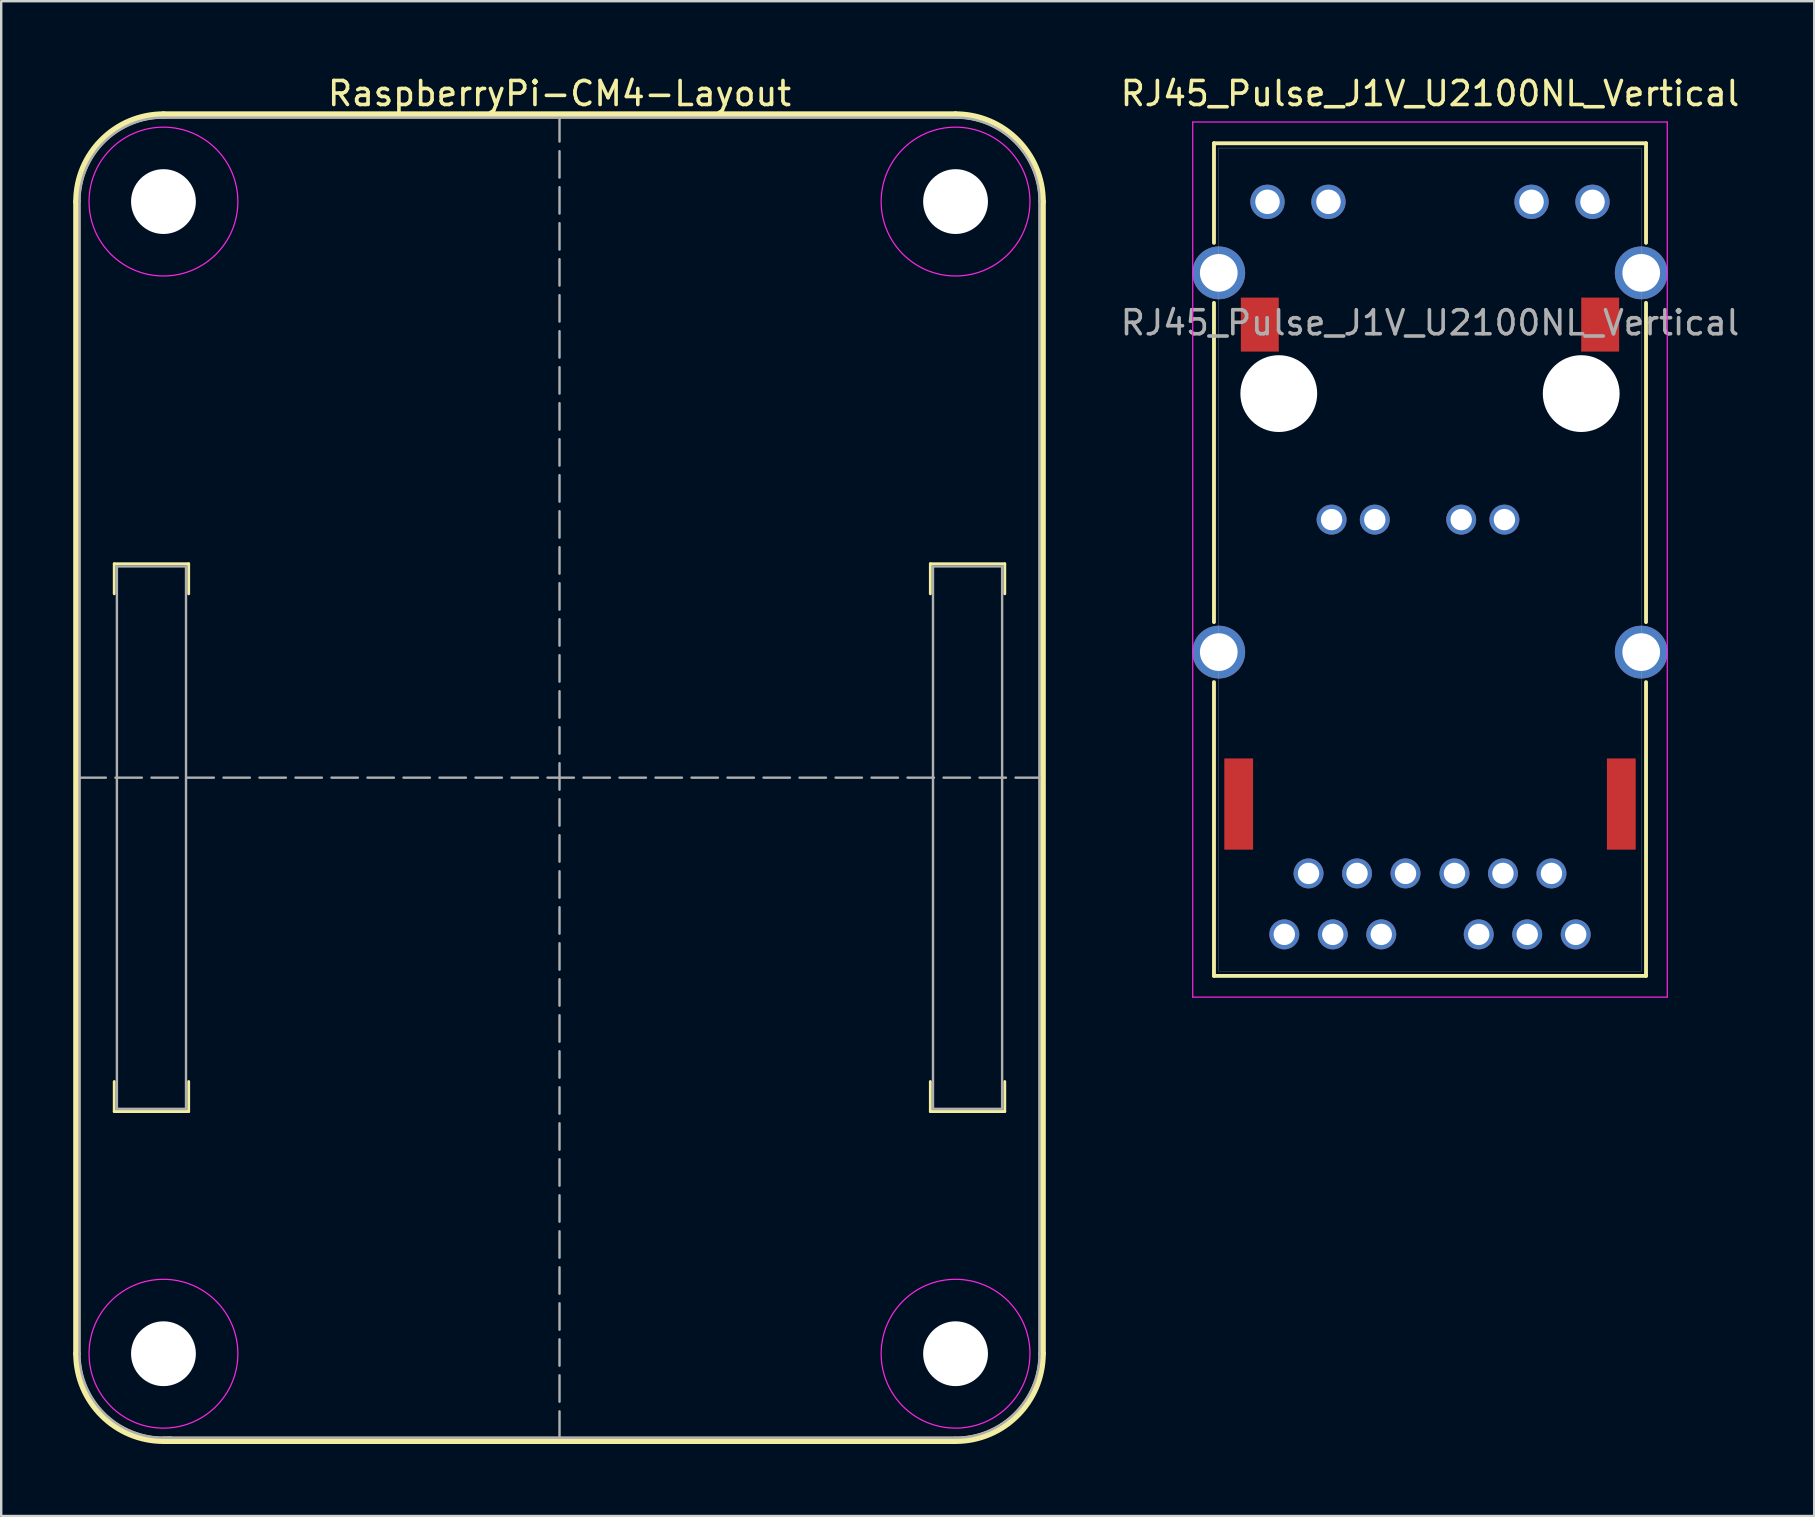
<source format=kicad_pcb>
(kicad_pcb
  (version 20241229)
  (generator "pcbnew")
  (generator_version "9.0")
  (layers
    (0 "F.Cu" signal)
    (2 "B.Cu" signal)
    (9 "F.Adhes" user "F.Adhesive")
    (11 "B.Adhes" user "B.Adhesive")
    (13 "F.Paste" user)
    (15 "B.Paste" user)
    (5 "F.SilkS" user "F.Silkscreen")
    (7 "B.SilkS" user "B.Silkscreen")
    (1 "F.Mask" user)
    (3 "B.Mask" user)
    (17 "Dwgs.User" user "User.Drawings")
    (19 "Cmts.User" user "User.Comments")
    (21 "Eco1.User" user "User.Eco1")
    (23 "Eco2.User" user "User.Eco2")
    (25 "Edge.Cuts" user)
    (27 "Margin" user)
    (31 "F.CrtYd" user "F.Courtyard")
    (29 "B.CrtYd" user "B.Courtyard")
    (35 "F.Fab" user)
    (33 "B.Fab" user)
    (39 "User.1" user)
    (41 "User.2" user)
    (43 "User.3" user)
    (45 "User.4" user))
  (footprint "RJ45_Pulse_J1V_U2100NL_Vertical"
    (layer "F.Cu")
    (at 56.526 13.348)
    (property "Reference" "RJ45_Pulse_J1V_U2100NL_Vertical" (at 0 -12.5 0) (layer "F.SilkS") (effects (font (size 1 1) (thickness 0.15))))
    (attr through_hole)
    (fp_line (start -9 -10.43) (end 9 -10.43) (stroke (width 0.16) (type solid)) (layer "F.SilkS"))
    (fp_line (start -9 -6.28) (end -9 -10.43) (stroke (width 0.16) (type solid)) (layer "F.SilkS"))
    (fp_line (start -9 -3.78) (end -9 9.52) (stroke (width 0.16) (type solid)) (layer "F.SilkS"))
    (fp_line (start -9 12.02) (end -9 24.26) (stroke (width 0.16) (type solid)) (layer "F.SilkS"))
    (fp_line (start -9 24.26) (end 9 24.26) (stroke (width 0.16) (type solid)) (layer "F.SilkS"))
    (fp_line (start 9 -10.43) (end 9 -6.28) (stroke (width 0.16) (type solid)) (layer "F.SilkS"))
    (fp_line (start 9 -3.78) (end 9 9.52) (stroke (width 0.16) (type solid)) (layer "F.SilkS"))
    (fp_line (start 9 24.26) (end 9 12.02) (stroke (width 0.16) (type solid)) (layer "F.SilkS"))
    (fp_line (start -9.885 -11.315) (end -9.885 25.145) (stroke (width 0.05) (type solid)) (layer "F.CrtYd"))
    (fp_line (start -9.885 25.145) (end 9.885 25.145) (stroke (width 0.05) (type solid)) (layer "F.CrtYd"))
    (fp_line (start 9.885 -11.315) (end -9.885 -11.315) (stroke (width 0.05) (type solid)) (layer "F.CrtYd"))
    (fp_line (start 9.885 25.145) (end 9.885 -11.315) (stroke (width 0.05) (type solid)) (layer "F.CrtYd"))
    (fp_line (start -8.8 -10.23) (end -8.8 24.06) (stroke (width 0.01) (type solid)) (layer "F.Fab"))
    (fp_line (start -8.8 24.06) (end 8.8 24.06) (stroke (width 0.01) (type solid)) (layer "F.Fab"))
    (fp_line (start 8.8 -10.23) (end -8.8 -10.23) (stroke (width 0.01) (type solid)) (layer "F.Fab"))
    (fp_line (start 8.8 24.06) (end 8.8 -10.23) (stroke (width 0.01) (type solid)) (layer "F.Fab"))
    (fp_text user "${REFERENCE}" (at 0 -2.95 0) (layer "F.Fab") (effects (font (size 1 1) (thickness 0.15))))
    (pad "" np_thru_hole circle (at -6.3 0) (size 3.2 3.2) (drill 3.2) (layers "*.Cu" "*.Mask"))
    (pad "" np_thru_hole circle (at 6.3 0) (size 3.2 3.2) (drill 3.2) (layers "*.Cu" "*.Mask"))
    (pad "1" thru_hole circle (at 5.06 19.99) (size 1.246 1.246) (drill 0.89) (layers "*.Cu" "*.Mask"))
    (pad "2" thru_hole circle (at 3.04 19.99) (size 1.246 1.246) (drill 0.89) (layers "*.Cu" "*.Mask"))
    (pad "3" thru_hole circle (at 1.02 19.99) (size 1.246 1.246) (drill 0.89) (layers "*.Cu" "*.Mask"))
    (pad "4" thru_hole circle (at -1.02 19.99) (size 1.246 1.246) (drill 0.89) (layers "*.Cu" "*.Mask"))
    (pad "5" thru_hole circle (at -3.04 19.99) (size 1.246 1.246) (drill 0.89) (layers "*.Cu" "*.Mask"))
    (pad "6" thru_hole circle (at -5.06 19.99) (size 1.246 1.246) (drill 0.89) (layers "*.Cu" "*.Mask"))
    (pad "7" thru_hole circle (at 6.07 22.53) (size 1.246 1.246) (drill 0.89) (layers "*.Cu" "*.Mask"))
    (pad "8" thru_hole circle (at 4.05 22.53) (size 1.246 1.246) (drill 0.89) (layers "*.Cu" "*.Mask"))
    (pad "9" thru_hole circle (at 2.03 22.53) (size 1.246 1.246) (drill 0.89) (layers "*.Cu" "*.Mask"))
    (pad "10" thru_hole circle (at -2.03 22.53) (size 1.246 1.246) (drill 0.89) (layers "*.Cu" "*.Mask"))
    (pad "11" thru_hole circle (at -4.05 22.53) (size 1.246 1.246) (drill 0.89) (layers "*.Cu" "*.Mask"))
    (pad "12" thru_hole circle (at -6.07 22.53) (size 1.246 1.246) (drill 0.89) (layers "*.Cu" "*.Mask"))
    (pad "13" thru_hole circle (at 6.77 -7.99) (size 1.428 1.428) (drill 1.02) (layers "*.Cu" "*.Mask"))
    (pad "14" thru_hole circle (at 4.23 -7.99) (size 1.428 1.428) (drill 1.02) (layers "*.Cu" "*.Mask"))
    (pad "15" thru_hole circle (at -4.23 -7.99) (size 1.428 1.428) (drill 1.02) (layers "*.Cu" "*.Mask"))
    (pad "16" thru_hole circle (at -6.77 -7.99) (size 1.428 1.428) (drill 1.02) (layers "*.Cu" "*.Mask"))
    (pad "17" thru_hole circle (at 3.1 5.25) (size 1.246 1.246) (drill 0.89) (layers "*.Cu" "*.Mask"))
    (pad "18" thru_hole circle (at 1.3 5.25) (size 1.246 1.246) (drill 0.89) (layers "*.Cu" "*.Mask"))
    (pad "19" thru_hole circle (at -2.3 5.25) (size 1.246 1.246) (drill 0.89) (layers "*.Cu" "*.Mask"))
    (pad "20" thru_hole circle (at -4.1 5.25) (size 1.246 1.246) (drill 0.89) (layers "*.Cu" "*.Mask"))
    (pad "SH" thru_hole circle (at -8.8 -5.03) (size 2.198 2.198) (drill 1.57) (layers "*.Cu" "*.Mask"))
    (pad "SH" thru_hole circle (at -8.8 10.77) (size 2.198 2.198) (drill 1.57) (layers "*.Cu" "*.Mask"))
    (pad "SH" smd rect (at -7.97 17.1) (size 1.2 3.8) (layers "F.Cu" "F.Mask" "F.Paste"))
    (pad "SH" smd rect (at -7.09 -2.875) (size 1.58 2.25) (layers "F.Cu" "F.Mask" "F.Paste"))
    (pad "SH" smd rect (at 7.09 -2.875) (size 1.58 2.25) (layers "F.Cu" "F.Mask" "F.Paste"))
    (pad "SH" smd rect (at 7.97 17.1) (size 1.2 3.8) (layers "F.Cu" "F.Mask" "F.Paste"))
    (pad "SH" thru_hole circle (at 8.8 -5.03) (size 2.198 2.198) (drill 1.57) (layers "*.Cu" "*.Mask"))
    (pad "SH" thru_hole circle (at 8.8 10.77) (size 2.198 2.198) (drill 1.57) (layers "*.Cu" "*.Mask")))
  (footprint "RaspberryPi-CM4-Layout"
    (layer "F.Cu")
    (at 20.26 29.348)
    (property "Reference" "RaspberryPi-CM4-Layout" (at 0 -28.5 0) (layer "F.SilkS") (effects (font (size 1 1) (thickness 0.15))))
    (attr smd exclude_from_pos_files exclude_from_bom)
    (fp_line (start -20.11 -24) (end -20.11 24) (stroke (width 0.3) (type solid)) (layer "F.SilkS"))
    (fp_line (start -18.55 -8.91) (end -18.55 -7.66) (stroke (width 0.12) (type solid)) (layer "F.SilkS"))
    (fp_line (start -18.55 -8.91) (end -15.45 -8.91) (stroke (width 0.12) (type solid)) (layer "F.SilkS"))
    (fp_line (start -18.55 12.66) (end -18.55 13.91) (stroke (width 0.12) (type solid)) (layer "F.SilkS"))
    (fp_line (start -18.55 13.91) (end -15.45 13.91) (stroke (width 0.12) (type solid)) (layer "F.SilkS"))
    (fp_line (start -16.5 -27.61) (end 16.5 -27.61) (stroke (width 0.3) (type solid)) (layer "F.SilkS"))
    (fp_line (start -16.5 27.61) (end 16.5 27.61) (stroke (width 0.3) (type solid)) (layer "F.SilkS"))
    (fp_line (start -15.45 -8.91) (end -15.45 -7.66) (stroke (width 0.12) (type solid)) (layer "F.SilkS"))
    (fp_line (start -15.45 12.66) (end -15.45 13.91) (stroke (width 0.12) (type solid)) (layer "F.SilkS"))
    (fp_line (start 15.45 -8.91) (end 15.45 -7.66) (stroke (width 0.12) (type solid)) (layer "F.SilkS"))
    (fp_line (start 15.45 -8.91) (end 18.55 -8.91) (stroke (width 0.12) (type solid)) (layer "F.SilkS"))
    (fp_line (start 15.45 12.66) (end 15.45 13.91) (stroke (width 0.12) (type solid)) (layer "F.SilkS"))
    (fp_line (start 15.45 13.91) (end 18.55 13.91) (stroke (width 0.12) (type solid)) (layer "F.SilkS"))
    (fp_line (start 18.55 -8.91) (end 18.55 -7.66) (stroke (width 0.12) (type solid)) (layer "F.SilkS"))
    (fp_line (start 18.55 12.66) (end 18.55 13.91) (stroke (width 0.12) (type solid)) (layer "F.SilkS"))
    (fp_line (start 20.11 -24) (end 20.11 24) (stroke (width 0.3) (type solid)) (layer "F.SilkS"))
    (fp_arc (start -20.11 -24) (mid -19.052655 -26.552655) (end -16.5 -27.61) (stroke (width 0.3) (type solid)) (layer "F.SilkS"))
    (fp_arc (start -16.5 27.61) (mid -19.052655 26.552655) (end -20.11 24) (stroke (width 0.3) (type solid)) (layer "F.SilkS"))
    (fp_arc (start 16.5 -27.61) (mid 19.052655 -26.552655) (end 20.11 -24) (stroke (width 0.3) (type solid)) (layer "F.SilkS"))
    (fp_arc (start 20.11 24) (mid 19.052655 26.552655) (end 16.5 27.61) (stroke (width 0.3) (type solid)) (layer "F.SilkS"))
    (fp_circle (center -16.5 -24) (end -13.4 -24) (stroke (width 0.05) (type default)) (fill no) (layer "F.CrtYd"))
    (fp_circle (center -16.5 24) (end -13.4 24) (stroke (width 0.05) (type default)) (fill no) (layer "F.CrtYd"))
    (fp_circle (center 16.5 -24) (end 19.6 -24) (stroke (width 0.05) (type default)) (fill no) (layer "F.CrtYd"))
    (fp_circle (center 16.5 24) (end 19.6 24) (stroke (width 0.05) (type default)) (fill no) (layer "F.CrtYd"))
    (fp_line (start -20 -24) (end -20 24) (stroke (width 0.1) (type solid)) (layer "F.Fab"))
    (fp_line (start -20 0) (end 20 0) (stroke (width 0.1) (type dash)) (layer "F.Fab"))
    (fp_line (start -18.44 -8.8) (end -18.44 13.8) (stroke (width 0.1) (type solid)) (layer "F.Fab"))
    (fp_line (start -18.44 -8.8) (end -15.56 -8.8) (stroke (width 0.1) (type solid)) (layer "F.Fab"))
    (fp_line (start -18.44 13.8) (end -15.56 13.8) (stroke (width 0.1) (type solid)) (layer "F.Fab"))
    (fp_line (start -16.5 -27.5) (end 16.5 -27.5) (stroke (width 0.1) (type solid)) (layer "F.Fab"))
    (fp_line (start -16.5 27.5) (end 16.5 27.5) (stroke (width 0.1) (type solid)) (layer "F.Fab"))
    (fp_line (start -15.56 -8.8) (end -15.56 13.8) (stroke (width 0.1) (type solid)) (layer "F.Fab"))
    (fp_line (start 0 27.5) (end 0 -27.5) (stroke (width 0.1) (type dash)) (layer "F.Fab"))
    (fp_line (start 15.56 -8.8) (end 15.56 13.8) (stroke (width 0.1) (type solid)) (layer "F.Fab"))
    (fp_line (start 15.56 -8.8) (end 18.44 -8.8) (stroke (width 0.1) (type solid)) (layer "F.Fab"))
    (fp_line (start 15.56 13.8) (end 18.44 13.8) (stroke (width 0.1) (type solid)) (layer "F.Fab"))
    (fp_line (start 18.44 -8.8) (end 18.44 13.8) (stroke (width 0.1) (type solid)) (layer "F.Fab"))
    (fp_line (start 20 -24) (end 20 24) (stroke (width 0.1) (type solid)) (layer "F.Fab"))
    (fp_arc (start -20 -24) (mid -18.974874 -26.474874) (end -16.5 -27.5) (stroke (width 0.1) (type solid)) (layer "F.Fab"))
    (fp_arc (start -16.18887 27.486144) (mid -18.862313 26.582533) (end -20 24) (stroke (width 0.1) (type solid)) (layer "F.Fab"))
    (fp_arc (start 16.5 -27.5) (mid 18.974874 -26.474874) (end 20 -24) (stroke (width 0.1) (type solid)) (layer "F.Fab"))
    (fp_arc (start 20 24) (mid 18.974874 26.474874) (end 16.5 27.5) (stroke (width 0.1) (type solid)) (layer "F.Fab"))
    (pad "" np_thru_hole circle (at -16.5 -24) (size 2.7 2.7) (drill 2.7) (layers "*.Cu" "*.Mask"))
    (pad "" np_thru_hole circle (at -16.5 24) (size 2.7 2.7) (drill 2.7) (layers "*.Cu" "*.Mask"))
    (pad "" np_thru_hole circle (at 16.5 -24) (size 2.7 2.7) (drill 2.7) (layers "*.Cu" "*.Mask"))
    (pad "" np_thru_hole circle (at 16.5 24) (size 2.7 2.7) (drill 2.7) (layers "*.Cu" "*.Mask")))
  (gr_rect
    (start -3 -3)
    (end 72.532 60.108)
    (stroke (width 0.1) (type default))
    (fill no)
    (layer "Edge.Cuts")))
</source>
